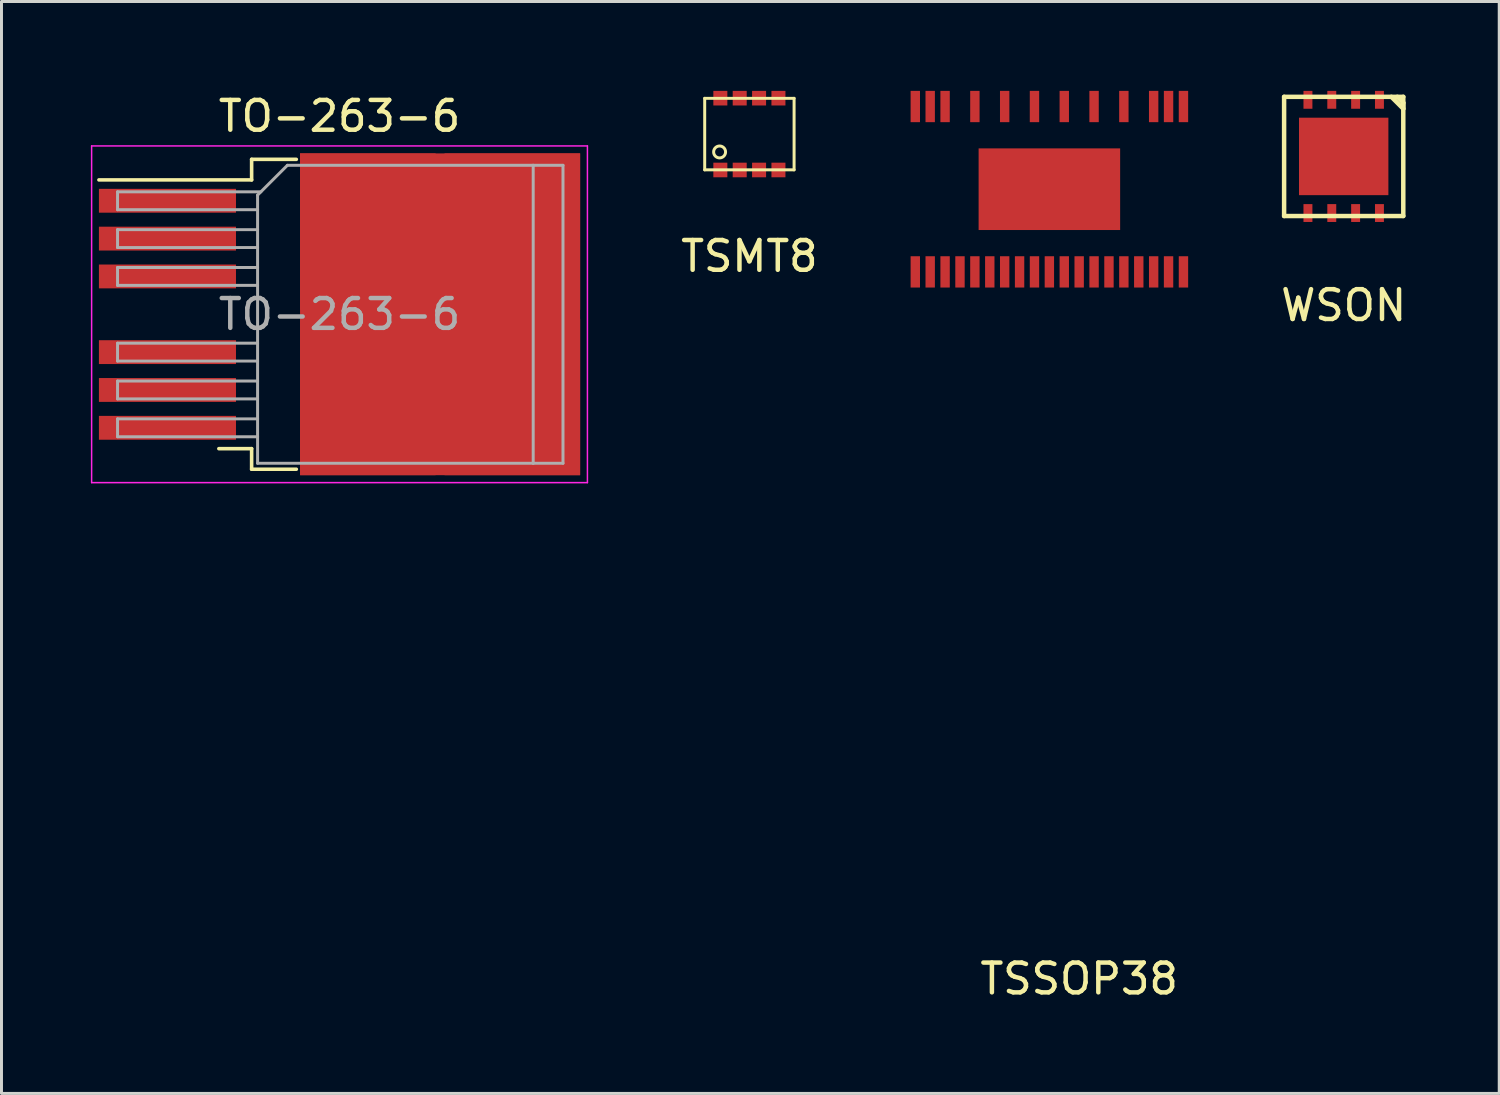
<source format=kicad_pcb>
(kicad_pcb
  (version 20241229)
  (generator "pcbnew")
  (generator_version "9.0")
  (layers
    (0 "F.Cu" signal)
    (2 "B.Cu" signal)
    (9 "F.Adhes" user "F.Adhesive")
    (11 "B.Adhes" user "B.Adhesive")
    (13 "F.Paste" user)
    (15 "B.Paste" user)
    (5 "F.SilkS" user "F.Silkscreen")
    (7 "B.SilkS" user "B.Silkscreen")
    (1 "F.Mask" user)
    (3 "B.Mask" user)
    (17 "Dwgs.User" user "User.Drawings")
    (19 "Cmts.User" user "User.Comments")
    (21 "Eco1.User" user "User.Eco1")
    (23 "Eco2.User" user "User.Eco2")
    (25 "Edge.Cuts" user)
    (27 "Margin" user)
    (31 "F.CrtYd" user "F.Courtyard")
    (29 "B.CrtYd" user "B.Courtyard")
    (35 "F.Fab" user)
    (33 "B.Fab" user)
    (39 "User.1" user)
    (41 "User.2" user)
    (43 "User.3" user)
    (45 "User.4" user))
  (footprint "TO-263-6"
    (layer "F.Cu")
    (at 8.345 7.498)
    (property "Reference" "TO-263-6" (at 0 -6.65 0) (layer "F.SilkS") (effects (font (size 1 1) (thickness 0.15))))
    (attr smd)
    (fp_line (start -2.95 -5.2) (end -2.95 -4.51) (stroke (width 0.12) (type solid)) (layer "F.SilkS"))
    (fp_line (start -2.95 -4.51) (end -8.075 -4.51) (stroke (width 0.12) (type solid)) (layer "F.SilkS"))
    (fp_line (start -2.95 4.51) (end -4.05 4.51) (stroke (width 0.12) (type solid)) (layer "F.SilkS"))
    (fp_line (start -2.95 5.2) (end -2.95 4.51) (stroke (width 0.12) (type solid)) (layer "F.SilkS"))
    (fp_line (start -1.45 -5.2) (end -2.95 -5.2) (stroke (width 0.12) (type solid)) (layer "F.SilkS"))
    (fp_line (start -1.45 5.2) (end -2.95 5.2) (stroke (width 0.12) (type solid)) (layer "F.SilkS"))
    (fp_line (start -8.32 -5.65) (end -8.32 5.65) (stroke (width 0.05) (type solid)) (layer "F.CrtYd"))
    (fp_line (start -8.32 5.65) (end 8.32 5.65) (stroke (width 0.05) (type solid)) (layer "F.CrtYd"))
    (fp_line (start 8.32 -5.65) (end -8.32 -5.65) (stroke (width 0.05) (type solid)) (layer "F.CrtYd"))
    (fp_line (start 8.32 5.65) (end 8.32 -5.65) (stroke (width 0.05) (type solid)) (layer "F.CrtYd"))
    (fp_line (start -7.45 -4.11) (end -7.45 -3.51) (stroke (width 0.1) (type solid)) (layer "F.Fab"))
    (fp_line (start -7.45 -3.51) (end -2.75 -3.51) (stroke (width 0.1) (type solid)) (layer "F.Fab"))
    (fp_line (start -7.45 -2.84) (end -7.45 -2.24) (stroke (width 0.1) (type solid)) (layer "F.Fab"))
    (fp_line (start -7.45 -2.24) (end -2.75 -2.24) (stroke (width 0.1) (type solid)) (layer "F.Fab"))
    (fp_line (start -7.45 -1.57) (end -7.45 -0.97) (stroke (width 0.1) (type solid)) (layer "F.Fab"))
    (fp_line (start -7.45 -0.97) (end -2.75 -0.97) (stroke (width 0.1) (type solid)) (layer "F.Fab"))
    (fp_line (start -7.45 0.97) (end -7.45 1.57) (stroke (width 0.1) (type solid)) (layer "F.Fab"))
    (fp_line (start -7.45 1.57) (end -2.75 1.57) (stroke (width 0.1) (type solid)) (layer "F.Fab"))
    (fp_line (start -7.45 2.24) (end -7.45 2.84) (stroke (width 0.1) (type solid)) (layer "F.Fab"))
    (fp_line (start -7.45 2.84) (end -2.75 2.84) (stroke (width 0.1) (type solid)) (layer "F.Fab"))
    (fp_line (start -7.45 3.51) (end -7.45 4.11) (stroke (width 0.1) (type solid)) (layer "F.Fab"))
    (fp_line (start -7.45 4.11) (end -2.75 4.11) (stroke (width 0.1) (type solid)) (layer "F.Fab"))
    (fp_line (start -2.75 -4) (end -1.75 -5) (stroke (width 0.1) (type solid)) (layer "F.Fab"))
    (fp_line (start -2.75 -2.84) (end -7.45 -2.84) (stroke (width 0.1) (type solid)) (layer "F.Fab"))
    (fp_line (start -2.75 -1.57) (end -7.45 -1.57) (stroke (width 0.1) (type solid)) (layer "F.Fab"))
    (fp_line (start -2.75 0.97) (end -7.45 0.97) (stroke (width 0.1) (type solid)) (layer "F.Fab"))
    (fp_line (start -2.75 2.24) (end -7.45 2.24) (stroke (width 0.1) (type solid)) (layer "F.Fab"))
    (fp_line (start -2.75 3.51) (end -7.45 3.51) (stroke (width 0.1) (type solid)) (layer "F.Fab"))
    (fp_line (start -2.75 5) (end -2.75 -4) (stroke (width 0.1) (type solid)) (layer "F.Fab"))
    (fp_line (start -2.64 -4.11) (end -7.45 -4.11) (stroke (width 0.1) (type solid)) (layer "F.Fab"))
    (fp_line (start -1.75 -5) (end 6.5 -5) (stroke (width 0.1) (type solid)) (layer "F.Fab"))
    (fp_line (start 6.5 -5) (end 6.5 5) (stroke (width 0.1) (type solid)) (layer "F.Fab"))
    (fp_line (start 6.5 -5) (end 7.5 -5) (stroke (width 0.1) (type solid)) (layer "F.Fab"))
    (fp_line (start 6.5 5) (end -2.75 5) (stroke (width 0.1) (type solid)) (layer "F.Fab"))
    (fp_line (start 7.5 -5) (end 7.5 5) (stroke (width 0.1) (type solid)) (layer "F.Fab"))
    (fp_line (start 7.5 5) (end 6.5 5) (stroke (width 0.1) (type solid)) (layer "F.Fab"))
    (fp_text user "${REFERENCE}" (at 0 0 0) (layer "F.Fab") (effects (font (size 1 1) (thickness 0.15))))
    (pad "1" smd rect (at -5.775 -3.81) (size 4.6 0.8) (layers "F.Cu" "F.Mask" "F.Paste"))
    (pad "2" smd rect (at -5.775 -2.54) (size 4.6 0.8) (layers "F.Cu" "F.Mask" "F.Paste"))
    (pad "2" smd rect (at -5.775 -1.27) (size 4.6 0.8) (layers "F.Cu" "F.Mask" "F.Paste"))
    (pad "2" smd rect (at -5.775 1.27) (size 4.6 0.8) (layers "F.Cu" "F.Mask" "F.Paste"))
    (pad "2" smd rect (at -5.775 2.54) (size 4.6 0.8) (layers "F.Cu" "F.Mask" "F.Paste"))
    (pad "2" smd rect (at -5.775 3.81) (size 4.6 0.8) (layers "F.Cu" "F.Mask" "F.Paste"))
    (pad "3" smd rect (at 0.95 -2.775) (size 4.55 5.25) (layers "F.Cu" "F.Paste"))
    (pad "3" smd rect (at 0.95 2.775) (size 4.55 5.25) (layers "F.Cu" "F.Paste"))
    (pad "3" smd rect (at 3.375 0) (size 9.4 10.8) (layers "F.Cu" "F.Mask"))
    (pad "3" smd rect (at 5.8 -2.775) (size 4.55 5.25) (layers "F.Cu" "F.Paste"))
    (pad "3" smd rect (at 5.8 2.775) (size 4.55 5.25) (layers "F.Cu" "F.Paste")))
  (footprint "WSON"
    (layer "F.Cu")
    (at 42.047 2.2)
    (property "Reference" "WSON" (at 0 5 0) (layer "F.SilkS") (effects (font (size 1 1) (thickness 0.15))))
    (attr through_hole)
    (fp_line (start -2 -2) (end 2 -2) (stroke (width 0.15) (type solid)) (layer "F.SilkS"))
    (fp_line (start -2 2) (end -2 -2) (stroke (width 0.15) (type solid)) (layer "F.SilkS"))
    (fp_line (start 1.6 -2) (end 2 -1.6) (stroke (width 0.15) (type solid)) (layer "F.SilkS"))
    (fp_line (start 2 -2) (end 2 2) (stroke (width 0.15) (type solid)) (layer "F.SilkS"))
    (fp_line (start 2 -1.8) (end 1.8 -2) (stroke (width 0.15) (type solid)) (layer "F.SilkS"))
    (fp_line (start 2 -1.6) (end 2 -1.8) (stroke (width 0.15) (type solid)) (layer "F.SilkS"))
    (fp_line (start 2 2) (end -2 2) (stroke (width 0.15) (type solid)) (layer "F.SilkS"))
    (pad "0" smd rect (at 0 0) (size 3 2.6) (layers "F.Cu" "F.Mask" "F.Paste"))
    (pad "1" smd rect (at 1.2 -1.9) (size 0.3 0.6) (layers "F.Cu" "F.Mask" "F.Paste"))
    (pad "2" smd rect (at 0.4 -1.9) (size 0.3 0.6) (layers "F.Cu" "F.Mask" "F.Paste"))
    (pad "3" smd rect (at -0.4 -1.9) (size 0.3 0.6) (layers "F.Cu" "F.Mask" "F.Paste"))
    (pad "4" smd rect (at -1.2 -1.9) (size 0.3 0.6) (layers "F.Cu" "F.Mask" "F.Paste"))
    (pad "5" smd rect (at -1.2 1.9) (size 0.3 0.6) (layers "F.Cu" "F.Mask" "F.Paste"))
    (pad "6" smd rect (at -0.4 1.9) (size 0.3 0.6) (layers "F.Cu" "F.Mask" "F.Paste"))
    (pad "7" smd rect (at 0.4 1.9) (size 0.3 0.6) (layers "F.Cu" "F.Mask" "F.Paste"))
    (pad "8" smd rect (at 1.2 1.9) (size 0.3 0.6) (layers "F.Cu" "F.Mask" "F.Paste")))
  (footprint "TSSOP38"
    (layer "F.Cu")
    (at 32.169 3.3)
    (property "Reference" "TSSOP38" (at 1 26.5 0) (layer "F.SilkS") (effects (font (size 1 1) (thickness 0.15))))
    (attr through_hole)
    (pad "1" smd rect (at -4.5 2.775) (size 0.315 1.05) (layers "F.Cu" "F.Mask" "F.Paste"))
    (pad "2" smd rect (at -4 2.775) (size 0.315 1.05) (layers "F.Cu" "F.Mask" "F.Paste"))
    (pad "3" smd rect (at -3.5 2.775) (size 0.315 1.05) (layers "F.Cu" "F.Mask" "F.Paste"))
    (pad "4" smd rect (at -3 2.775) (size 0.315 1.05) (layers "F.Cu" "F.Mask" "F.Paste"))
    (pad "5" smd rect (at -2.5 2.775) (size 0.315 1.05) (layers "F.Cu" "F.Mask" "F.Paste"))
    (pad "6" smd rect (at -2 2.775) (size 0.315 1.05) (layers "F.Cu" "F.Mask" "F.Paste"))
    (pad "7" smd rect (at -1.5 2.775) (size 0.315 1.05) (layers "F.Cu" "F.Mask" "F.Paste"))
    (pad "8" smd rect (at -1 2.775) (size 0.315 1.05) (layers "F.Cu" "F.Mask" "F.Paste"))
    (pad "9" smd rect (at -0.5 2.775) (size 0.315 1.05) (layers "F.Cu" "F.Mask" "F.Paste"))
    (pad "9" smd rect (at 0 0) (size 4.75 2.74) (layers "F.Cu" "F.Mask" "F.Paste"))
    (pad "10" smd rect (at 0 2.775) (size 0.315 1.05) (layers "F.Cu" "F.Mask" "F.Paste"))
    (pad "11" smd rect (at 0.5 2.775) (size 0.315 1.05) (layers "F.Cu" "F.Mask" "F.Paste"))
    (pad "12" smd rect (at 1 2.775) (size 0.315 1.05) (layers "F.Cu" "F.Mask" "F.Paste"))
    (pad "13" smd rect (at 1.5 2.775) (size 0.315 1.05) (layers "F.Cu" "F.Mask" "F.Paste"))
    (pad "14" smd rect (at 2 2.775) (size 0.315 1.05) (layers "F.Cu" "F.Mask" "F.Paste"))
    (pad "15" smd rect (at 2.5 2.775) (size 0.315 1.05) (layers "F.Cu" "F.Mask" "F.Paste"))
    (pad "16" smd rect (at 3 2.775) (size 0.315 1.05) (layers "F.Cu" "F.Mask" "F.Paste"))
    (pad "17" smd rect (at 3.5 2.775) (size 0.315 1.05) (layers "F.Cu" "F.Mask" "F.Paste"))
    (pad "18" smd rect (at 4 2.775) (size 0.315 1.05) (layers "F.Cu" "F.Mask" "F.Paste"))
    (pad "19" smd rect (at 4.5 2.775) (size 0.315 1.05) (layers "F.Cu" "F.Mask" "F.Paste"))
    (pad "20" smd rect (at 4.5 -2.775 180) (size 0.315 1.05) (layers "F.Cu" "F.Mask" "F.Paste"))
    (pad "21" smd rect (at 4 -2.775 180) (size 0.315 1.05) (layers "F.Cu" "F.Mask" "F.Paste"))
    (pad "22" smd rect (at 3.5 -2.775 180) (size 0.315 1.05) (layers "F.Cu" "F.Mask" "F.Paste"))
    (pad "24" smd rect (at 2.5 -2.775 180) (size 0.315 1.05) (layers "F.Cu" "F.Mask" "F.Paste"))
    (pad "26" smd rect (at 1.5 -2.775 180) (size 0.315 1.05) (layers "F.Cu" "F.Mask" "F.Paste"))
    (pad "28" smd rect (at 0.5 -2.775 180) (size 0.315 1.05) (layers "F.Cu" "F.Mask" "F.Paste"))
    (pad "30" smd rect (at -0.5 -2.775 180) (size 0.315 1.05) (layers "F.Cu" "F.Mask" "F.Paste"))
    (pad "32" smd rect (at -1.5 -2.775 180) (size 0.315 1.05) (layers "F.Cu" "F.Mask" "F.Paste"))
    (pad "34" smd rect (at -2.5 -2.775 180) (size 0.315 1.05) (layers "F.Cu" "F.Mask" "F.Paste"))
    (pad "36" smd rect (at -3.5 -2.775 180) (size 0.315 1.05) (layers "F.Cu" "F.Mask" "F.Paste"))
    (pad "37" smd rect (at -4 -2.775 180) (size 0.315 1.05) (layers "F.Cu" "F.Mask" "F.Paste"))
    (pad "38" smd rect (at -4.5 -2.775 180) (size 0.315 1.05) (layers "F.Cu" "F.Mask" "F.Paste")))
  (footprint "TSMT8"
    (layer "F.Cu")
    (at 22.101 1.45)
    (property "Reference" "TSMT8" (at 0 4.1 0) (layer "F.SilkS") (effects (font (size 1 1) (thickness 0.15))))
    (attr through_hole)
    (fp_line (start -1.5 -1.2) (end -1.5 1.2) (stroke (width 0.1) (type solid)) (layer "F.SilkS"))
    (fp_line (start -1.5 1.2) (end 1.5 1.2) (stroke (width 0.1) (type solid)) (layer "F.SilkS"))
    (fp_line (start 1.5 -1.2) (end -1.5 -1.2) (stroke (width 0.1) (type solid)) (layer "F.SilkS"))
    (fp_line (start 1.5 1.2) (end 1.5 -1.2) (stroke (width 0.1) (type solid)) (layer "F.SilkS"))
    (fp_circle (center -1 0.6) (end -0.8 0.6) (stroke (width 0.1) (type solid)) (fill no) (layer "F.SilkS"))
    (pad "1" smd rect (at -0.975 1.205) (size 0.47 0.49) (layers "F.Cu" "F.Mask" "F.Paste"))
    (pad "2" smd rect (at -0.325 1.205) (size 0.47 0.49) (layers "F.Cu" "F.Mask" "F.Paste"))
    (pad "3" smd rect (at 0.325 1.205) (size 0.47 0.49) (layers "F.Cu" "F.Mask" "F.Paste"))
    (pad "4" smd rect (at 0.975 1.205) (size 0.47 0.49) (layers "F.Cu" "F.Mask" "F.Paste"))
    (pad "5" smd rect (at 0.975 -1.205) (size 0.47 0.49) (layers "F.Cu" "F.Mask" "F.Paste"))
    (pad "6" smd rect (at 0.325 -1.205) (size 0.47 0.49) (layers "F.Cu" "F.Mask" "F.Paste"))
    (pad "7" smd rect (at -0.325 -1.205) (size 0.47 0.49) (layers "F.Cu" "F.Mask" "F.Paste"))
    (pad "8" smd rect (at -0.975 -1.205) (size 0.47 0.49) (layers "F.Cu" "F.Mask" "F.Paste")))
  (gr_rect
    (start -3 -3)
    (end 47.267 33.648)
    (stroke (width 0.1) (type default))
    (fill no)
    (layer "Edge.Cuts")))
</source>
